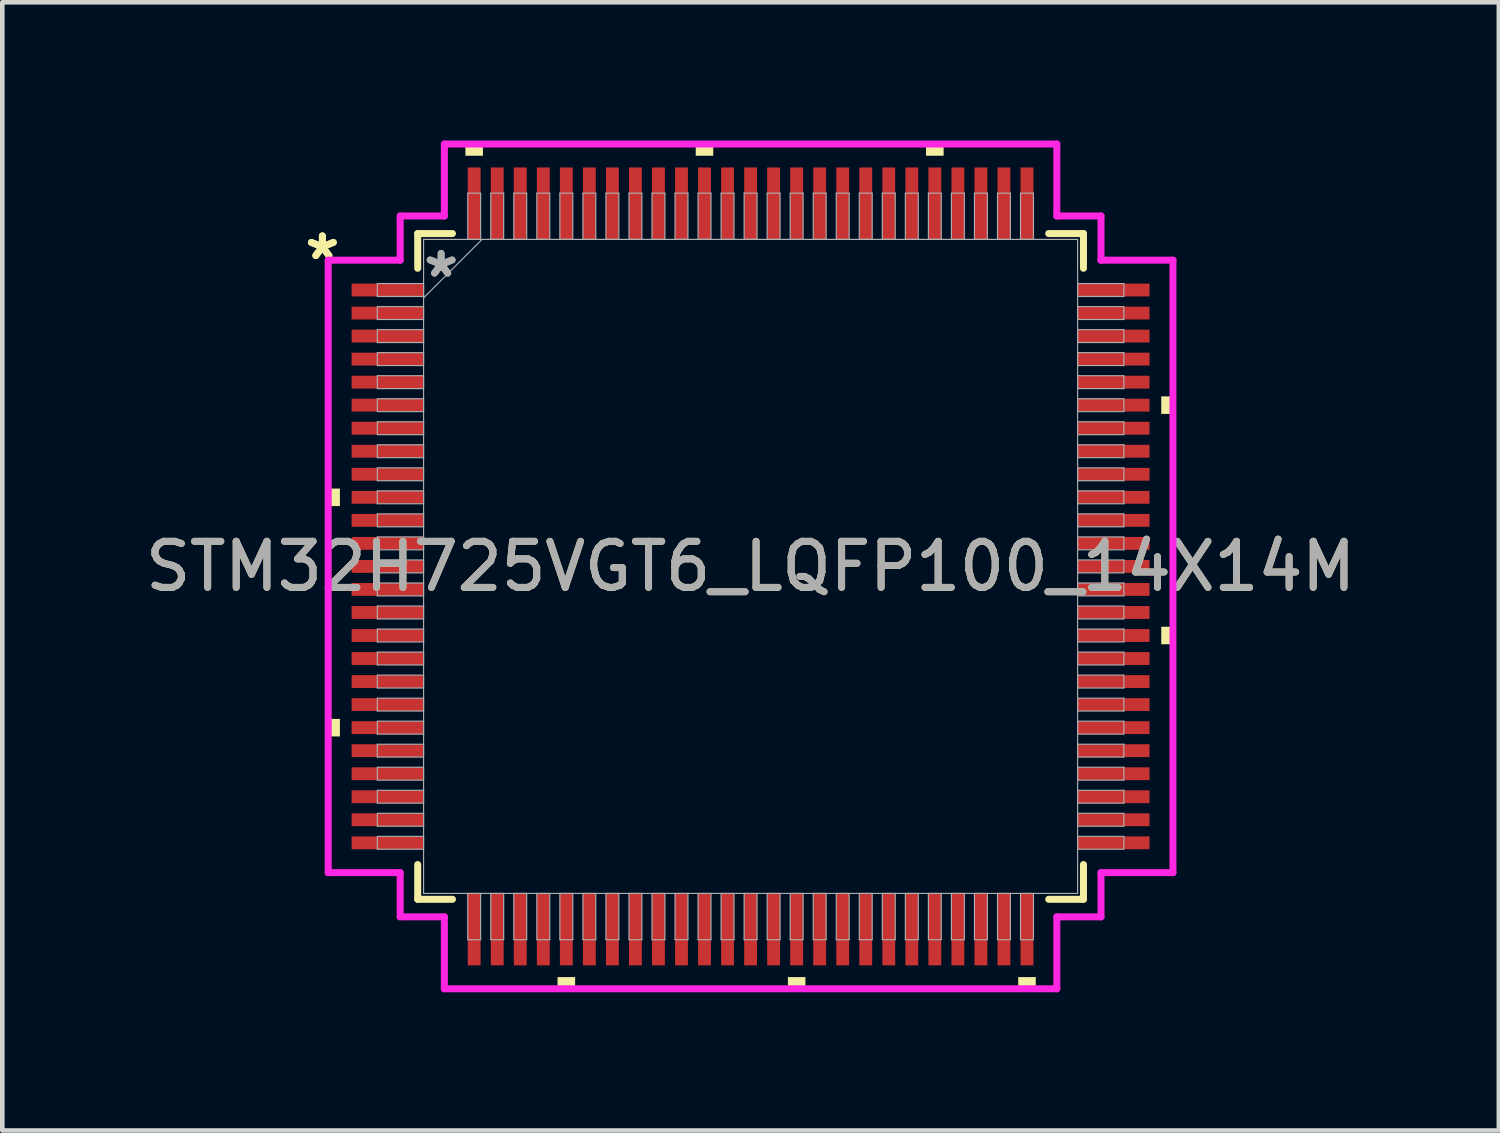
<source format=kicad_pcb>
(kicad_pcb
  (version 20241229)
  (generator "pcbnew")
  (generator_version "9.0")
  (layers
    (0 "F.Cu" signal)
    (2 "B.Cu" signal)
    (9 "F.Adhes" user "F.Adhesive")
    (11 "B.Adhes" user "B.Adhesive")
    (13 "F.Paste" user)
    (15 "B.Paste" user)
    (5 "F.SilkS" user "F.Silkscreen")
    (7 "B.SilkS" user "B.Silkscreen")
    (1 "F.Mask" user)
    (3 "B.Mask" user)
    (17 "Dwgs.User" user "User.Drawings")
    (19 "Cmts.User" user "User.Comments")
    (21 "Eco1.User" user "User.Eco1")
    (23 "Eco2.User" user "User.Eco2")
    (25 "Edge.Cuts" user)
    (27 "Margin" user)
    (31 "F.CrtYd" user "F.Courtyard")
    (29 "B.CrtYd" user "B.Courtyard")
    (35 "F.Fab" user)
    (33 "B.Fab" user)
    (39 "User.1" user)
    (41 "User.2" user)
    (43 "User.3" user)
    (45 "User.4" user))
  (footprint "STM32H725VGT6_LQFP100_14X14M"
    (layer "F.Cu")
    (at 13.244 9.246)
    (property "Reference" "STM32H725VGT6_LQFP100_14X14M" (at 0 0 0) (unlocked yes) (layer "F.SilkS") (effects (font (size 1 1) (thickness 0.15))))
    (attr smd)
    (fp_line (start -7.226 -7.226) (end -7.226 -6.472) (stroke (width 0.152) (type solid)) (layer "F.SilkS"))
    (fp_line (start -7.226 6.472) (end -7.226 7.226) (stroke (width 0.152) (type solid)) (layer "F.SilkS"))
    (fp_line (start -7.226 7.226) (end -6.472 7.226) (stroke (width 0.152) (type solid)) (layer "F.SilkS"))
    (fp_line (start -6.472 -7.226) (end -7.226 -7.226) (stroke (width 0.152) (type solid)) (layer "F.SilkS"))
    (fp_line (start 6.472 7.226) (end 7.226 7.226) (stroke (width 0.152) (type solid)) (layer "F.SilkS"))
    (fp_line (start 7.226 -7.226) (end 6.472 -7.226) (stroke (width 0.152) (type solid)) (layer "F.SilkS"))
    (fp_line (start 7.226 -6.472) (end 7.226 -7.226) (stroke (width 0.152) (type solid)) (layer "F.SilkS"))
    (fp_line (start 7.226 7.226) (end 7.226 6.472) (stroke (width 0.152) (type solid)) (layer "F.SilkS"))
    (fp_poly (pts (xy -9.169 -1.69) (xy -9.169 -1.31) (xy -8.915 -1.31) (xy -8.915 -1.69)) (stroke (width 0) (type solid)) (fill yes) (layer "F.SilkS"))
    (fp_poly (pts (xy -9.169 3.31) (xy -9.169 3.691) (xy -8.915 3.691) (xy -8.915 3.31)) (stroke (width 0) (type solid)) (fill yes) (layer "F.SilkS"))
    (fp_poly (pts (xy -6.191 -8.915) (xy -6.191 -9.169) (xy -5.81 -9.169) (xy -5.81 -8.915)) (stroke (width 0) (type solid)) (fill yes) (layer "F.SilkS"))
    (fp_poly (pts (xy -4.191 8.915) (xy -4.191 9.169) (xy -3.809 9.169) (xy -3.809 8.915)) (stroke (width 0) (type solid)) (fill yes) (layer "F.SilkS"))
    (fp_poly (pts (xy -1.191 -8.915) (xy -1.191 -9.169) (xy -0.81 -9.169) (xy -0.81 -8.915)) (stroke (width 0) (type solid)) (fill yes) (layer "F.SilkS"))
    (fp_poly (pts (xy 0.81 8.915) (xy 0.81 9.169) (xy 1.191 9.169) (xy 1.191 8.915)) (stroke (width 0) (type solid)) (fill yes) (layer "F.SilkS"))
    (fp_poly (pts (xy 3.809 -8.915) (xy 3.809 -9.169) (xy 4.191 -9.169) (xy 4.191 -8.915)) (stroke (width 0) (type solid)) (fill yes) (layer "F.SilkS"))
    (fp_poly (pts (xy 5.81 8.915) (xy 5.81 9.169) (xy 6.191 9.169) (xy 6.191 8.915)) (stroke (width 0) (type solid)) (fill yes) (layer "F.SilkS"))
    (fp_poly (pts (xy 9.169 -3.691) (xy 9.169 -3.31) (xy 8.915 -3.31) (xy 8.915 -3.691)) (stroke (width 0) (type solid)) (fill yes) (layer "F.SilkS"))
    (fp_poly (pts (xy 9.169 1.31) (xy 9.169 1.69) (xy 8.915 1.69) (xy 8.915 1.31)) (stroke (width 0) (type solid)) (fill yes) (layer "F.SilkS"))
    (fp_line (start -9.169 -6.648) (end -7.607 -6.648) (stroke (width 0.152) (type solid)) (layer "F.CrtYd"))
    (fp_line (start -9.169 6.648) (end -9.169 -6.648) (stroke (width 0.152) (type solid)) (layer "F.CrtYd"))
    (fp_line (start -7.607 -7.607) (end -6.648 -7.607) (stroke (width 0.152) (type solid)) (layer "F.CrtYd"))
    (fp_line (start -7.607 -6.648) (end -7.607 -7.607) (stroke (width 0.152) (type solid)) (layer "F.CrtYd"))
    (fp_line (start -7.607 6.648) (end -9.169 6.648) (stroke (width 0.152) (type solid)) (layer "F.CrtYd"))
    (fp_line (start -7.607 7.607) (end -7.607 6.648) (stroke (width 0.152) (type solid)) (layer "F.CrtYd"))
    (fp_line (start -7.607 7.607) (end -6.648 7.607) (stroke (width 0.152) (type solid)) (layer "F.CrtYd"))
    (fp_line (start -6.648 -9.169) (end 6.648 -9.169) (stroke (width 0.152) (type solid)) (layer "F.CrtYd"))
    (fp_line (start -6.648 -7.607) (end -6.648 -9.169) (stroke (width 0.152) (type solid)) (layer "F.CrtYd"))
    (fp_line (start -6.648 7.607) (end -6.648 9.169) (stroke (width 0.152) (type solid)) (layer "F.CrtYd"))
    (fp_line (start -6.648 9.169) (end 6.648 9.169) (stroke (width 0.152) (type solid)) (layer "F.CrtYd"))
    (fp_line (start 6.648 -9.169) (end 6.648 -7.607) (stroke (width 0.152) (type solid)) (layer "F.CrtYd"))
    (fp_line (start 6.648 -7.607) (end 7.607 -7.607) (stroke (width 0.152) (type solid)) (layer "F.CrtYd"))
    (fp_line (start 6.648 7.607) (end 7.607 7.607) (stroke (width 0.152) (type solid)) (layer "F.CrtYd"))
    (fp_line (start 6.648 9.169) (end 6.648 7.607) (stroke (width 0.152) (type solid)) (layer "F.CrtYd"))
    (fp_line (start 7.607 -6.648) (end 7.607 -7.607) (stroke (width 0.152) (type solid)) (layer "F.CrtYd"))
    (fp_line (start 7.607 6.648) (end 9.169 6.648) (stroke (width 0.152) (type solid)) (layer "F.CrtYd"))
    (fp_line (start 7.607 7.607) (end 7.607 6.648) (stroke (width 0.152) (type solid)) (layer "F.CrtYd"))
    (fp_line (start 9.169 -6.648) (end 7.607 -6.648) (stroke (width 0.152) (type solid)) (layer "F.CrtYd"))
    (fp_line (start 9.169 6.648) (end 9.169 -6.648) (stroke (width 0.152) (type solid)) (layer "F.CrtYd"))
    (fp_line (start -8.103 -6.14) (end -8.103 -5.86) (stroke (width 0.025) (type solid)) (layer "F.Fab"))
    (fp_line (start -8.103 -5.86) (end -7.099 -5.86) (stroke (width 0.025) (type solid)) (layer "F.Fab"))
    (fp_line (start -8.103 -5.64) (end -8.103 -5.36) (stroke (width 0.025) (type solid)) (layer "F.Fab"))
    (fp_line (start -8.103 -5.36) (end -7.099 -5.36) (stroke (width 0.025) (type solid)) (layer "F.Fab"))
    (fp_line (start -8.103 -5.14) (end -8.103 -4.86) (stroke (width 0.025) (type solid)) (layer "F.Fab"))
    (fp_line (start -8.103 -4.86) (end -7.099 -4.86) (stroke (width 0.025) (type solid)) (layer "F.Fab"))
    (fp_line (start -8.103 -4.64) (end -8.103 -4.36) (stroke (width 0.025) (type solid)) (layer "F.Fab"))
    (fp_line (start -8.103 -4.36) (end -7.099 -4.36) (stroke (width 0.025) (type solid)) (layer "F.Fab"))
    (fp_line (start -8.103 -4.14) (end -8.103 -3.86) (stroke (width 0.025) (type solid)) (layer "F.Fab"))
    (fp_line (start -8.103 -3.86) (end -7.099 -3.86) (stroke (width 0.025) (type solid)) (layer "F.Fab"))
    (fp_line (start -8.103 -3.64) (end -8.103 -3.36) (stroke (width 0.025) (type solid)) (layer "F.Fab"))
    (fp_line (start -8.103 -3.36) (end -7.099 -3.36) (stroke (width 0.025) (type solid)) (layer "F.Fab"))
    (fp_line (start -8.103 -3.14) (end -8.103 -2.86) (stroke (width 0.025) (type solid)) (layer "F.Fab"))
    (fp_line (start -8.103 -2.86) (end -7.099 -2.86) (stroke (width 0.025) (type solid)) (layer "F.Fab"))
    (fp_line (start -8.103 -2.64) (end -8.103 -2.36) (stroke (width 0.025) (type solid)) (layer "F.Fab"))
    (fp_line (start -8.103 -2.36) (end -7.099 -2.36) (stroke (width 0.025) (type solid)) (layer "F.Fab"))
    (fp_line (start -8.103 -2.14) (end -8.103 -1.86) (stroke (width 0.025) (type solid)) (layer "F.Fab"))
    (fp_line (start -8.103 -1.86) (end -7.099 -1.86) (stroke (width 0.025) (type solid)) (layer "F.Fab"))
    (fp_line (start -8.103 -1.64) (end -8.103 -1.36) (stroke (width 0.025) (type solid)) (layer "F.Fab"))
    (fp_line (start -8.103 -1.36) (end -7.099 -1.36) (stroke (width 0.025) (type solid)) (layer "F.Fab"))
    (fp_line (start -8.103 -1.14) (end -8.103 -0.86) (stroke (width 0.025) (type solid)) (layer "F.Fab"))
    (fp_line (start -8.103 -0.86) (end -7.099 -0.86) (stroke (width 0.025) (type solid)) (layer "F.Fab"))
    (fp_line (start -8.103 -0.64) (end -8.103 -0.36) (stroke (width 0.025) (type solid)) (layer "F.Fab"))
    (fp_line (start -8.103 -0.36) (end -7.099 -0.36) (stroke (width 0.025) (type solid)) (layer "F.Fab"))
    (fp_line (start -8.103 -0.14) (end -8.103 0.14) (stroke (width 0.025) (type solid)) (layer "F.Fab"))
    (fp_line (start -8.103 0.14) (end -7.099 0.14) (stroke (width 0.025) (type solid)) (layer "F.Fab"))
    (fp_line (start -8.103 0.36) (end -8.103 0.64) (stroke (width 0.025) (type solid)) (layer "F.Fab"))
    (fp_line (start -8.103 0.64) (end -7.099 0.64) (stroke (width 0.025) (type solid)) (layer "F.Fab"))
    (fp_line (start -8.103 0.86) (end -8.103 1.14) (stroke (width 0.025) (type solid)) (layer "F.Fab"))
    (fp_line (start -8.103 1.14) (end -7.099 1.14) (stroke (width 0.025) (type solid)) (layer "F.Fab"))
    (fp_line (start -8.103 1.36) (end -8.103 1.64) (stroke (width 0.025) (type solid)) (layer "F.Fab"))
    (fp_line (start -8.103 1.64) (end -7.099 1.64) (stroke (width 0.025) (type solid)) (layer "F.Fab"))
    (fp_line (start -8.103 1.86) (end -8.103 2.14) (stroke (width 0.025) (type solid)) (layer "F.Fab"))
    (fp_line (start -8.103 2.14) (end -7.099 2.14) (stroke (width 0.025) (type solid)) (layer "F.Fab"))
    (fp_line (start -8.103 2.36) (end -8.103 2.64) (stroke (width 0.025) (type solid)) (layer "F.Fab"))
    (fp_line (start -8.103 2.64) (end -7.099 2.64) (stroke (width 0.025) (type solid)) (layer "F.Fab"))
    (fp_line (start -8.103 2.86) (end -8.103 3.14) (stroke (width 0.025) (type solid)) (layer "F.Fab"))
    (fp_line (start -8.103 3.14) (end -7.099 3.14) (stroke (width 0.025) (type solid)) (layer "F.Fab"))
    (fp_line (start -8.103 3.36) (end -8.103 3.64) (stroke (width 0.025) (type solid)) (layer "F.Fab"))
    (fp_line (start -8.103 3.64) (end -7.099 3.64) (stroke (width 0.025) (type solid)) (layer "F.Fab"))
    (fp_line (start -8.103 3.86) (end -8.103 4.14) (stroke (width 0.025) (type solid)) (layer "F.Fab"))
    (fp_line (start -8.103 4.14) (end -7.099 4.14) (stroke (width 0.025) (type solid)) (layer "F.Fab"))
    (fp_line (start -8.103 4.36) (end -8.103 4.64) (stroke (width 0.025) (type solid)) (layer "F.Fab"))
    (fp_line (start -8.103 4.64) (end -7.099 4.64) (stroke (width 0.025) (type solid)) (layer "F.Fab"))
    (fp_line (start -8.103 4.86) (end -8.103 5.14) (stroke (width 0.025) (type solid)) (layer "F.Fab"))
    (fp_line (start -8.103 5.14) (end -7.099 5.14) (stroke (width 0.025) (type solid)) (layer "F.Fab"))
    (fp_line (start -8.103 5.36) (end -8.103 5.64) (stroke (width 0.025) (type solid)) (layer "F.Fab"))
    (fp_line (start -8.103 5.64) (end -7.099 5.64) (stroke (width 0.025) (type solid)) (layer "F.Fab"))
    (fp_line (start -8.103 5.86) (end -8.103 6.14) (stroke (width 0.025) (type solid)) (layer "F.Fab"))
    (fp_line (start -8.103 6.14) (end -7.099 6.14) (stroke (width 0.025) (type solid)) (layer "F.Fab"))
    (fp_line (start -7.099 -7.099) (end -7.099 7.099) (stroke (width 0.025) (type solid)) (layer "F.Fab"))
    (fp_line (start -7.099 -6.14) (end -8.103 -6.14) (stroke (width 0.025) (type solid)) (layer "F.Fab"))
    (fp_line (start -7.099 -5.86) (end -7.099 -6.14) (stroke (width 0.025) (type solid)) (layer "F.Fab"))
    (fp_line (start -7.099 -5.829) (end -5.829 -7.099) (stroke (width 0.025) (type solid)) (layer "F.Fab"))
    (fp_line (start -7.099 -5.64) (end -8.103 -5.64) (stroke (width 0.025) (type solid)) (layer "F.Fab"))
    (fp_line (start -7.099 -5.36) (end -7.099 -5.64) (stroke (width 0.025) (type solid)) (layer "F.Fab"))
    (fp_line (start -7.099 -5.14) (end -8.103 -5.14) (stroke (width 0.025) (type solid)) (layer "F.Fab"))
    (fp_line (start -7.099 -4.86) (end -7.099 -5.14) (stroke (width 0.025) (type solid)) (layer "F.Fab"))
    (fp_line (start -7.099 -4.64) (end -8.103 -4.64) (stroke (width 0.025) (type solid)) (layer "F.Fab"))
    (fp_line (start -7.099 -4.36) (end -7.099 -4.64) (stroke (width 0.025) (type solid)) (layer "F.Fab"))
    (fp_line (start -7.099 -4.14) (end -8.103 -4.14) (stroke (width 0.025) (type solid)) (layer "F.Fab"))
    (fp_line (start -7.099 -3.86) (end -7.099 -4.14) (stroke (width 0.025) (type solid)) (layer "F.Fab"))
    (fp_line (start -7.099 -3.64) (end -8.103 -3.64) (stroke (width 0.025) (type solid)) (layer "F.Fab"))
    (fp_line (start -7.099 -3.36) (end -7.099 -3.64) (stroke (width 0.025) (type solid)) (layer "F.Fab"))
    (fp_line (start -7.099 -3.14) (end -8.103 -3.14) (stroke (width 0.025) (type solid)) (layer "F.Fab"))
    (fp_line (start -7.099 -2.86) (end -7.099 -3.14) (stroke (width 0.025) (type solid)) (layer "F.Fab"))
    (fp_line (start -7.099 -2.64) (end -8.103 -2.64) (stroke (width 0.025) (type solid)) (layer "F.Fab"))
    (fp_line (start -7.099 -2.36) (end -7.099 -2.64) (stroke (width 0.025) (type solid)) (layer "F.Fab"))
    (fp_line (start -7.099 -2.14) (end -8.103 -2.14) (stroke (width 0.025) (type solid)) (layer "F.Fab"))
    (fp_line (start -7.099 -1.86) (end -7.099 -2.14) (stroke (width 0.025) (type solid)) (layer "F.Fab"))
    (fp_line (start -7.099 -1.64) (end -8.103 -1.64) (stroke (width 0.025) (type solid)) (layer "F.Fab"))
    (fp_line (start -7.099 -1.36) (end -7.099 -1.64) (stroke (width 0.025) (type solid)) (layer "F.Fab"))
    (fp_line (start -7.099 -1.14) (end -8.103 -1.14) (stroke (width 0.025) (type solid)) (layer "F.Fab"))
    (fp_line (start -7.099 -0.86) (end -7.099 -1.14) (stroke (width 0.025) (type solid)) (layer "F.Fab"))
    (fp_line (start -7.099 -0.64) (end -8.103 -0.64) (stroke (width 0.025) (type solid)) (layer "F.Fab"))
    (fp_line (start -7.099 -0.36) (end -7.099 -0.64) (stroke (width 0.025) (type solid)) (layer "F.Fab"))
    (fp_line (start -7.099 -0.14) (end -8.103 -0.14) (stroke (width 0.025) (type solid)) (layer "F.Fab"))
    (fp_line (start -7.099 0.14) (end -7.099 -0.14) (stroke (width 0.025) (type solid)) (layer "F.Fab"))
    (fp_line (start -7.099 0.36) (end -8.103 0.36) (stroke (width 0.025) (type solid)) (layer "F.Fab"))
    (fp_line (start -7.099 0.64) (end -7.099 0.36) (stroke (width 0.025) (type solid)) (layer "F.Fab"))
    (fp_line (start -7.099 0.86) (end -8.103 0.86) (stroke (width 0.025) (type solid)) (layer "F.Fab"))
    (fp_line (start -7.099 1.14) (end -7.099 0.86) (stroke (width 0.025) (type solid)) (layer "F.Fab"))
    (fp_line (start -7.099 1.36) (end -8.103 1.36) (stroke (width 0.025) (type solid)) (layer "F.Fab"))
    (fp_line (start -7.099 1.64) (end -7.099 1.36) (stroke (width 0.025) (type solid)) (layer "F.Fab"))
    (fp_line (start -7.099 1.86) (end -8.103 1.86) (stroke (width 0.025) (type solid)) (layer "F.Fab"))
    (fp_line (start -7.099 2.14) (end -7.099 1.86) (stroke (width 0.025) (type solid)) (layer "F.Fab"))
    (fp_line (start -7.099 2.36) (end -8.103 2.36) (stroke (width 0.025) (type solid)) (layer "F.Fab"))
    (fp_line (start -7.099 2.64) (end -7.099 2.36) (stroke (width 0.025) (type solid)) (layer "F.Fab"))
    (fp_line (start -7.099 2.86) (end -8.103 2.86) (stroke (width 0.025) (type solid)) (layer "F.Fab"))
    (fp_line (start -7.099 3.14) (end -7.099 2.86) (stroke (width 0.025) (type solid)) (layer "F.Fab"))
    (fp_line (start -7.099 3.36) (end -8.103 3.36) (stroke (width 0.025) (type solid)) (layer "F.Fab"))
    (fp_line (start -7.099 3.64) (end -7.099 3.36) (stroke (width 0.025) (type solid)) (layer "F.Fab"))
    (fp_line (start -7.099 3.86) (end -8.103 3.86) (stroke (width 0.025) (type solid)) (layer "F.Fab"))
    (fp_line (start -7.099 4.14) (end -7.099 3.86) (stroke (width 0.025) (type solid)) (layer "F.Fab"))
    (fp_line (start -7.099 4.36) (end -8.103 4.36) (stroke (width 0.025) (type solid)) (layer "F.Fab"))
    (fp_line (start -7.099 4.64) (end -7.099 4.36) (stroke (width 0.025) (type solid)) (layer "F.Fab"))
    (fp_line (start -7.099 4.86) (end -8.103 4.86) (stroke (width 0.025) (type solid)) (layer "F.Fab"))
    (fp_line (start -7.099 5.14) (end -7.099 4.86) (stroke (width 0.025) (type solid)) (layer "F.Fab"))
    (fp_line (start -7.099 5.36) (end -8.103 5.36) (stroke (width 0.025) (type solid)) (layer "F.Fab"))
    (fp_line (start -7.099 5.64) (end -7.099 5.36) (stroke (width 0.025) (type solid)) (layer "F.Fab"))
    (fp_line (start -7.099 5.86) (end -8.103 5.86) (stroke (width 0.025) (type solid)) (layer "F.Fab"))
    (fp_line (start -7.099 6.14) (end -7.099 5.86) (stroke (width 0.025) (type solid)) (layer "F.Fab"))
    (fp_line (start -7.099 7.099) (end 7.099 7.099) (stroke (width 0.025) (type solid)) (layer "F.Fab"))
    (fp_line (start -6.14 -8.103) (end -6.14 -7.099) (stroke (width 0.025) (type solid)) (layer "F.Fab"))
    (fp_line (start -6.14 -7.099) (end -5.86 -7.099) (stroke (width 0.025) (type solid)) (layer "F.Fab"))
    (fp_line (start -6.14 7.099) (end -6.14 8.103) (stroke (width 0.025) (type solid)) (layer "F.Fab"))
    (fp_line (start -6.14 8.103) (end -5.86 8.103) (stroke (width 0.025) (type solid)) (layer "F.Fab"))
    (fp_line (start -5.86 -8.103) (end -6.14 -8.103) (stroke (width 0.025) (type solid)) (layer "F.Fab"))
    (fp_line (start -5.86 -7.099) (end -5.86 -8.103) (stroke (width 0.025) (type solid)) (layer "F.Fab"))
    (fp_line (start -5.86 7.099) (end -6.14 7.099) (stroke (width 0.025) (type solid)) (layer "F.Fab"))
    (fp_line (start -5.86 8.103) (end -5.86 7.099) (stroke (width 0.025) (type solid)) (layer "F.Fab"))
    (fp_line (start -5.64 -8.103) (end -5.64 -7.099) (stroke (width 0.025) (type solid)) (layer "F.Fab"))
    (fp_line (start -5.64 -7.099) (end -5.36 -7.099) (stroke (width 0.025) (type solid)) (layer "F.Fab"))
    (fp_line (start -5.64 7.099) (end -5.64 8.103) (stroke (width 0.025) (type solid)) (layer "F.Fab"))
    (fp_line (start -5.64 8.103) (end -5.36 8.103) (stroke (width 0.025) (type solid)) (layer "F.Fab"))
    (fp_line (start -5.36 -8.103) (end -5.64 -8.103) (stroke (width 0.025) (type solid)) (layer "F.Fab"))
    (fp_line (start -5.36 -7.099) (end -5.36 -8.103) (stroke (width 0.025) (type solid)) (layer "F.Fab"))
    (fp_line (start -5.36 7.099) (end -5.64 7.099) (stroke (width 0.025) (type solid)) (layer "F.Fab"))
    (fp_line (start -5.36 8.103) (end -5.36 7.099) (stroke (width 0.025) (type solid)) (layer "F.Fab"))
    (fp_line (start -5.14 -8.103) (end -5.14 -7.099) (stroke (width 0.025) (type solid)) (layer "F.Fab"))
    (fp_line (start -5.14 -7.099) (end -4.86 -7.099) (stroke (width 0.025) (type solid)) (layer "F.Fab"))
    (fp_line (start -5.14 7.099) (end -5.14 8.103) (stroke (width 0.025) (type solid)) (layer "F.Fab"))
    (fp_line (start -5.14 8.103) (end -4.86 8.103) (stroke (width 0.025) (type solid)) (layer "F.Fab"))
    (fp_line (start -4.86 -8.103) (end -5.14 -8.103) (stroke (width 0.025) (type solid)) (layer "F.Fab"))
    (fp_line (start -4.86 -7.099) (end -4.86 -8.103) (stroke (width 0.025) (type solid)) (layer "F.Fab"))
    (fp_line (start -4.86 7.099) (end -5.14 7.099) (stroke (width 0.025) (type solid)) (layer "F.Fab"))
    (fp_line (start -4.86 8.103) (end -4.86 7.099) (stroke (width 0.025) (type solid)) (layer "F.Fab"))
    (fp_line (start -4.64 -8.103) (end -4.64 -7.099) (stroke (width 0.025) (type solid)) (layer "F.Fab"))
    (fp_line (start -4.64 -7.099) (end -4.36 -7.099) (stroke (width 0.025) (type solid)) (layer "F.Fab"))
    (fp_line (start -4.64 7.099) (end -4.64 8.103) (stroke (width 0.025) (type solid)) (layer "F.Fab"))
    (fp_line (start -4.64 8.103) (end -4.36 8.103) (stroke (width 0.025) (type solid)) (layer "F.Fab"))
    (fp_line (start -4.36 -8.103) (end -4.64 -8.103) (stroke (width 0.025) (type solid)) (layer "F.Fab"))
    (fp_line (start -4.36 -7.099) (end -4.36 -8.103) (stroke (width 0.025) (type solid)) (layer "F.Fab"))
    (fp_line (start -4.36 7.099) (end -4.64 7.099) (stroke (width 0.025) (type solid)) (layer "F.Fab"))
    (fp_line (start -4.36 8.103) (end -4.36 7.099) (stroke (width 0.025) (type solid)) (layer "F.Fab"))
    (fp_line (start -4.14 -8.103) (end -4.14 -7.099) (stroke (width 0.025) (type solid)) (layer "F.Fab"))
    (fp_line (start -4.14 -7.099) (end -3.86 -7.099) (stroke (width 0.025) (type solid)) (layer "F.Fab"))
    (fp_line (start -4.14 7.099) (end -4.14 8.103) (stroke (width 0.025) (type solid)) (layer "F.Fab"))
    (fp_line (start -4.14 8.103) (end -3.86 8.103) (stroke (width 0.025) (type solid)) (layer "F.Fab"))
    (fp_line (start -3.86 -8.103) (end -4.14 -8.103) (stroke (width 0.025) (type solid)) (layer "F.Fab"))
    (fp_line (start -3.86 -7.099) (end -3.86 -8.103) (stroke (width 0.025) (type solid)) (layer "F.Fab"))
    (fp_line (start -3.86 7.099) (end -4.14 7.099) (stroke (width 0.025) (type solid)) (layer "F.Fab"))
    (fp_line (start -3.86 8.103) (end -3.86 7.099) (stroke (width 0.025) (type solid)) (layer "F.Fab"))
    (fp_line (start -3.64 -8.103) (end -3.64 -7.099) (stroke (width 0.025) (type solid)) (layer "F.Fab"))
    (fp_line (start -3.64 -7.099) (end -3.36 -7.099) (stroke (width 0.025) (type solid)) (layer "F.Fab"))
    (fp_line (start -3.64 7.099) (end -3.64 8.103) (stroke (width 0.025) (type solid)) (layer "F.Fab"))
    (fp_line (start -3.64 8.103) (end -3.36 8.103) (stroke (width 0.025) (type solid)) (layer "F.Fab"))
    (fp_line (start -3.36 -8.103) (end -3.64 -8.103) (stroke (width 0.025) (type solid)) (layer "F.Fab"))
    (fp_line (start -3.36 -7.099) (end -3.36 -8.103) (stroke (width 0.025) (type solid)) (layer "F.Fab"))
    (fp_line (start -3.36 7.099) (end -3.64 7.099) (stroke (width 0.025) (type solid)) (layer "F.Fab"))
    (fp_line (start -3.36 8.103) (end -3.36 7.099) (stroke (width 0.025) (type solid)) (layer "F.Fab"))
    (fp_line (start -3.14 -8.103) (end -3.14 -7.099) (stroke (width 0.025) (type solid)) (layer "F.Fab"))
    (fp_line (start -3.14 -7.099) (end -2.86 -7.099) (stroke (width 0.025) (type solid)) (layer "F.Fab"))
    (fp_line (start -3.14 7.099) (end -3.14 8.103) (stroke (width 0.025) (type solid)) (layer "F.Fab"))
    (fp_line (start -3.14 8.103) (end -2.86 8.103) (stroke (width 0.025) (type solid)) (layer "F.Fab"))
    (fp_line (start -2.86 -8.103) (end -3.14 -8.103) (stroke (width 0.025) (type solid)) (layer "F.Fab"))
    (fp_line (start -2.86 -7.099) (end -2.86 -8.103) (stroke (width 0.025) (type solid)) (layer "F.Fab"))
    (fp_line (start -2.86 7.099) (end -3.14 7.099) (stroke (width 0.025) (type solid)) (layer "F.Fab"))
    (fp_line (start -2.86 8.103) (end -2.86 7.099) (stroke (width 0.025) (type solid)) (layer "F.Fab"))
    (fp_line (start -2.64 -8.103) (end -2.64 -7.099) (stroke (width 0.025) (type solid)) (layer "F.Fab"))
    (fp_line (start -2.64 -7.099) (end -2.36 -7.099) (stroke (width 0.025) (type solid)) (layer "F.Fab"))
    (fp_line (start -2.64 7.099) (end -2.64 8.103) (stroke (width 0.025) (type solid)) (layer "F.Fab"))
    (fp_line (start -2.64 8.103) (end -2.36 8.103) (stroke (width 0.025) (type solid)) (layer "F.Fab"))
    (fp_line (start -2.36 -8.103) (end -2.64 -8.103) (stroke (width 0.025) (type solid)) (layer "F.Fab"))
    (fp_line (start -2.36 -7.099) (end -2.36 -8.103) (stroke (width 0.025) (type solid)) (layer "F.Fab"))
    (fp_line (start -2.36 7.099) (end -2.64 7.099) (stroke (width 0.025) (type solid)) (layer "F.Fab"))
    (fp_line (start -2.36 8.103) (end -2.36 7.099) (stroke (width 0.025) (type solid)) (layer "F.Fab"))
    (fp_line (start -2.14 -8.103) (end -2.14 -7.099) (stroke (width 0.025) (type solid)) (layer "F.Fab"))
    (fp_line (start -2.14 -7.099) (end -1.86 -7.099) (stroke (width 0.025) (type solid)) (layer "F.Fab"))
    (fp_line (start -2.14 7.099) (end -2.14 8.103) (stroke (width 0.025) (type solid)) (layer "F.Fab"))
    (fp_line (start -2.14 8.103) (end -1.86 8.103) (stroke (width 0.025) (type solid)) (layer "F.Fab"))
    (fp_line (start -1.86 -8.103) (end -2.14 -8.103) (stroke (width 0.025) (type solid)) (layer "F.Fab"))
    (fp_line (start -1.86 -7.099) (end -1.86 -8.103) (stroke (width 0.025) (type solid)) (layer "F.Fab"))
    (fp_line (start -1.86 7.099) (end -2.14 7.099) (stroke (width 0.025) (type solid)) (layer "F.Fab"))
    (fp_line (start -1.86 8.103) (end -1.86 7.099) (stroke (width 0.025) (type solid)) (layer "F.Fab"))
    (fp_line (start -1.64 -8.103) (end -1.64 -7.099) (stroke (width 0.025) (type solid)) (layer "F.Fab"))
    (fp_line (start -1.64 -7.099) (end -1.36 -7.099) (stroke (width 0.025) (type solid)) (layer "F.Fab"))
    (fp_line (start -1.64 7.099) (end -1.64 8.103) (stroke (width 0.025) (type solid)) (layer "F.Fab"))
    (fp_line (start -1.64 8.103) (end -1.36 8.103) (stroke (width 0.025) (type solid)) (layer "F.Fab"))
    (fp_line (start -1.36 -8.103) (end -1.64 -8.103) (stroke (width 0.025) (type solid)) (layer "F.Fab"))
    (fp_line (start -1.36 -7.099) (end -1.36 -8.103) (stroke (width 0.025) (type solid)) (layer "F.Fab"))
    (fp_line (start -1.36 7.099) (end -1.64 7.099) (stroke (width 0.025) (type solid)) (layer "F.Fab"))
    (fp_line (start -1.36 8.103) (end -1.36 7.099) (stroke (width 0.025) (type solid)) (layer "F.Fab"))
    (fp_line (start -1.14 -8.103) (end -1.14 -7.099) (stroke (width 0.025) (type solid)) (layer "F.Fab"))
    (fp_line (start -1.14 -7.099) (end -0.86 -7.099) (stroke (width 0.025) (type solid)) (layer "F.Fab"))
    (fp_line (start -1.14 7.099) (end -1.14 8.103) (stroke (width 0.025) (type solid)) (layer "F.Fab"))
    (fp_line (start -1.14 8.103) (end -0.86 8.103) (stroke (width 0.025) (type solid)) (layer "F.Fab"))
    (fp_line (start -0.86 -8.103) (end -1.14 -8.103) (stroke (width 0.025) (type solid)) (layer "F.Fab"))
    (fp_line (start -0.86 -7.099) (end -0.86 -8.103) (stroke (width 0.025) (type solid)) (layer "F.Fab"))
    (fp_line (start -0.86 7.099) (end -1.14 7.099) (stroke (width 0.025) (type solid)) (layer "F.Fab"))
    (fp_line (start -0.86 8.103) (end -0.86 7.099) (stroke (width 0.025) (type solid)) (layer "F.Fab"))
    (fp_line (start -0.64 -8.103) (end -0.64 -7.099) (stroke (width 0.025) (type solid)) (layer "F.Fab"))
    (fp_line (start -0.64 -7.099) (end -0.36 -7.099) (stroke (width 0.025) (type solid)) (layer "F.Fab"))
    (fp_line (start -0.64 7.099) (end -0.64 8.103) (stroke (width 0.025) (type solid)) (layer "F.Fab"))
    (fp_line (start -0.64 8.103) (end -0.36 8.103) (stroke (width 0.025) (type solid)) (layer "F.Fab"))
    (fp_line (start -0.36 -8.103) (end -0.64 -8.103) (stroke (width 0.025) (type solid)) (layer "F.Fab"))
    (fp_line (start -0.36 -7.099) (end -0.36 -8.103) (stroke (width 0.025) (type solid)) (layer "F.Fab"))
    (fp_line (start -0.36 7.099) (end -0.64 7.099) (stroke (width 0.025) (type solid)) (layer "F.Fab"))
    (fp_line (start -0.36 8.103) (end -0.36 7.099) (stroke (width 0.025) (type solid)) (layer "F.Fab"))
    (fp_line (start -0.14 -8.103) (end -0.14 -7.099) (stroke (width 0.025) (type solid)) (layer "F.Fab"))
    (fp_line (start -0.14 -7.099) (end 0.14 -7.099) (stroke (width 0.025) (type solid)) (layer "F.Fab"))
    (fp_line (start -0.14 7.099) (end -0.14 8.103) (stroke (width 0.025) (type solid)) (layer "F.Fab"))
    (fp_line (start -0.14 8.103) (end 0.14 8.103) (stroke (width 0.025) (type solid)) (layer "F.Fab"))
    (fp_line (start 0.14 -8.103) (end -0.14 -8.103) (stroke (width 0.025) (type solid)) (layer "F.Fab"))
    (fp_line (start 0.14 -7.099) (end 0.14 -8.103) (stroke (width 0.025) (type solid)) (layer "F.Fab"))
    (fp_line (start 0.14 7.099) (end -0.14 7.099) (stroke (width 0.025) (type solid)) (layer "F.Fab"))
    (fp_line (start 0.14 8.103) (end 0.14 7.099) (stroke (width 0.025) (type solid)) (layer "F.Fab"))
    (fp_line (start 0.36 -8.103) (end 0.36 -7.099) (stroke (width 0.025) (type solid)) (layer "F.Fab"))
    (fp_line (start 0.36 -7.099) (end 0.64 -7.099) (stroke (width 0.025) (type solid)) (layer "F.Fab"))
    (fp_line (start 0.36 7.099) (end 0.36 8.103) (stroke (width 0.025) (type solid)) (layer "F.Fab"))
    (fp_line (start 0.36 8.103) (end 0.64 8.103) (stroke (width 0.025) (type solid)) (layer "F.Fab"))
    (fp_line (start 0.64 -8.103) (end 0.36 -8.103) (stroke (width 0.025) (type solid)) (layer "F.Fab"))
    (fp_line (start 0.64 -7.099) (end 0.64 -8.103) (stroke (width 0.025) (type solid)) (layer "F.Fab"))
    (fp_line (start 0.64 7.099) (end 0.36 7.099) (stroke (width 0.025) (type solid)) (layer "F.Fab"))
    (fp_line (start 0.64 8.103) (end 0.64 7.099) (stroke (width 0.025) (type solid)) (layer "F.Fab"))
    (fp_line (start 0.86 -8.103) (end 0.86 -7.099) (stroke (width 0.025) (type solid)) (layer "F.Fab"))
    (fp_line (start 0.86 -7.099) (end 1.14 -7.099) (stroke (width 0.025) (type solid)) (layer "F.Fab"))
    (fp_line (start 0.86 7.099) (end 0.86 8.103) (stroke (width 0.025) (type solid)) (layer "F.Fab"))
    (fp_line (start 0.86 8.103) (end 1.14 8.103) (stroke (width 0.025) (type solid)) (layer "F.Fab"))
    (fp_line (start 1.14 -8.103) (end 0.86 -8.103) (stroke (width 0.025) (type solid)) (layer "F.Fab"))
    (fp_line (start 1.14 -7.099) (end 1.14 -8.103) (stroke (width 0.025) (type solid)) (layer "F.Fab"))
    (fp_line (start 1.14 7.099) (end 0.86 7.099) (stroke (width 0.025) (type solid)) (layer "F.Fab"))
    (fp_line (start 1.14 8.103) (end 1.14 7.099) (stroke (width 0.025) (type solid)) (layer "F.Fab"))
    (fp_line (start 1.36 -8.103) (end 1.36 -7.099) (stroke (width 0.025) (type solid)) (layer "F.Fab"))
    (fp_line (start 1.36 -7.099) (end 1.64 -7.099) (stroke (width 0.025) (type solid)) (layer "F.Fab"))
    (fp_line (start 1.36 7.099) (end 1.36 8.103) (stroke (width 0.025) (type solid)) (layer "F.Fab"))
    (fp_line (start 1.36 8.103) (end 1.64 8.103) (stroke (width 0.025) (type solid)) (layer "F.Fab"))
    (fp_line (start 1.64 -8.103) (end 1.36 -8.103) (stroke (width 0.025) (type solid)) (layer "F.Fab"))
    (fp_line (start 1.64 -7.099) (end 1.64 -8.103) (stroke (width 0.025) (type solid)) (layer "F.Fab"))
    (fp_line (start 1.64 7.099) (end 1.36 7.099) (stroke (width 0.025) (type solid)) (layer "F.Fab"))
    (fp_line (start 1.64 8.103) (end 1.64 7.099) (stroke (width 0.025) (type solid)) (layer "F.Fab"))
    (fp_line (start 1.86 -8.103) (end 1.86 -7.099) (stroke (width 0.025) (type solid)) (layer "F.Fab"))
    (fp_line (start 1.86 -7.099) (end 2.14 -7.099) (stroke (width 0.025) (type solid)) (layer "F.Fab"))
    (fp_line (start 1.86 7.099) (end 1.86 8.103) (stroke (width 0.025) (type solid)) (layer "F.Fab"))
    (fp_line (start 1.86 8.103) (end 2.14 8.103) (stroke (width 0.025) (type solid)) (layer "F.Fab"))
    (fp_line (start 2.14 -8.103) (end 1.86 -8.103) (stroke (width 0.025) (type solid)) (layer "F.Fab"))
    (fp_line (start 2.14 -7.099) (end 2.14 -8.103) (stroke (width 0.025) (type solid)) (layer "F.Fab"))
    (fp_line (start 2.14 7.099) (end 1.86 7.099) (stroke (width 0.025) (type solid)) (layer "F.Fab"))
    (fp_line (start 2.14 8.103) (end 2.14 7.099) (stroke (width 0.025) (type solid)) (layer "F.Fab"))
    (fp_line (start 2.36 -8.103) (end 2.36 -7.099) (stroke (width 0.025) (type solid)) (layer "F.Fab"))
    (fp_line (start 2.36 -7.099) (end 2.64 -7.099) (stroke (width 0.025) (type solid)) (layer "F.Fab"))
    (fp_line (start 2.36 7.099) (end 2.36 8.103) (stroke (width 0.025) (type solid)) (layer "F.Fab"))
    (fp_line (start 2.36 8.103) (end 2.64 8.103) (stroke (width 0.025) (type solid)) (layer "F.Fab"))
    (fp_line (start 2.64 -8.103) (end 2.36 -8.103) (stroke (width 0.025) (type solid)) (layer "F.Fab"))
    (fp_line (start 2.64 -7.099) (end 2.64 -8.103) (stroke (width 0.025) (type solid)) (layer "F.Fab"))
    (fp_line (start 2.64 7.099) (end 2.36 7.099) (stroke (width 0.025) (type solid)) (layer "F.Fab"))
    (fp_line (start 2.64 8.103) (end 2.64 7.099) (stroke (width 0.025) (type solid)) (layer "F.Fab"))
    (fp_line (start 2.86 -8.103) (end 2.86 -7.099) (stroke (width 0.025) (type solid)) (layer "F.Fab"))
    (fp_line (start 2.86 -7.099) (end 3.14 -7.099) (stroke (width 0.025) (type solid)) (layer "F.Fab"))
    (fp_line (start 2.86 7.099) (end 2.86 8.103) (stroke (width 0.025) (type solid)) (layer "F.Fab"))
    (fp_line (start 2.86 8.103) (end 3.14 8.103) (stroke (width 0.025) (type solid)) (layer "F.Fab"))
    (fp_line (start 3.14 -8.103) (end 2.86 -8.103) (stroke (width 0.025) (type solid)) (layer "F.Fab"))
    (fp_line (start 3.14 -7.099) (end 3.14 -8.103) (stroke (width 0.025) (type solid)) (layer "F.Fab"))
    (fp_line (start 3.14 7.099) (end 2.86 7.099) (stroke (width 0.025) (type solid)) (layer "F.Fab"))
    (fp_line (start 3.14 8.103) (end 3.14 7.099) (stroke (width 0.025) (type solid)) (layer "F.Fab"))
    (fp_line (start 3.36 -8.103) (end 3.36 -7.099) (stroke (width 0.025) (type solid)) (layer "F.Fab"))
    (fp_line (start 3.36 -7.099) (end 3.64 -7.099) (stroke (width 0.025) (type solid)) (layer "F.Fab"))
    (fp_line (start 3.36 7.099) (end 3.36 8.103) (stroke (width 0.025) (type solid)) (layer "F.Fab"))
    (fp_line (start 3.36 8.103) (end 3.64 8.103) (stroke (width 0.025) (type solid)) (layer "F.Fab"))
    (fp_line (start 3.64 -8.103) (end 3.36 -8.103) (stroke (width 0.025) (type solid)) (layer "F.Fab"))
    (fp_line (start 3.64 -7.099) (end 3.64 -8.103) (stroke (width 0.025) (type solid)) (layer "F.Fab"))
    (fp_line (start 3.64 7.099) (end 3.36 7.099) (stroke (width 0.025) (type solid)) (layer "F.Fab"))
    (fp_line (start 3.64 8.103) (end 3.64 7.099) (stroke (width 0.025) (type solid)) (layer "F.Fab"))
    (fp_line (start 3.86 -8.103) (end 3.86 -7.099) (stroke (width 0.025) (type solid)) (layer "F.Fab"))
    (fp_line (start 3.86 -7.099) (end 4.14 -7.099) (stroke (width 0.025) (type solid)) (layer "F.Fab"))
    (fp_line (start 3.86 7.099) (end 3.86 8.103) (stroke (width 0.025) (type solid)) (layer "F.Fab"))
    (fp_line (start 3.86 8.103) (end 4.14 8.103) (stroke (width 0.025) (type solid)) (layer "F.Fab"))
    (fp_line (start 4.14 -8.103) (end 3.86 -8.103) (stroke (width 0.025) (type solid)) (layer "F.Fab"))
    (fp_line (start 4.14 -7.099) (end 4.14 -8.103) (stroke (width 0.025) (type solid)) (layer "F.Fab"))
    (fp_line (start 4.14 7.099) (end 3.86 7.099) (stroke (width 0.025) (type solid)) (layer "F.Fab"))
    (fp_line (start 4.14 8.103) (end 4.14 7.099) (stroke (width 0.025) (type solid)) (layer "F.Fab"))
    (fp_line (start 4.36 -8.103) (end 4.36 -7.099) (stroke (width 0.025) (type solid)) (layer "F.Fab"))
    (fp_line (start 4.36 -7.099) (end 4.64 -7.099) (stroke (width 0.025) (type solid)) (layer "F.Fab"))
    (fp_line (start 4.36 7.099) (end 4.36 8.103) (stroke (width 0.025) (type solid)) (layer "F.Fab"))
    (fp_line (start 4.36 8.103) (end 4.64 8.103) (stroke (width 0.025) (type solid)) (layer "F.Fab"))
    (fp_line (start 4.64 -8.103) (end 4.36 -8.103) (stroke (width 0.025) (type solid)) (layer "F.Fab"))
    (fp_line (start 4.64 -7.099) (end 4.64 -8.103) (stroke (width 0.025) (type solid)) (layer "F.Fab"))
    (fp_line (start 4.64 7.099) (end 4.36 7.099) (stroke (width 0.025) (type solid)) (layer "F.Fab"))
    (fp_line (start 4.64 8.103) (end 4.64 7.099) (stroke (width 0.025) (type solid)) (layer "F.Fab"))
    (fp_line (start 4.86 -8.103) (end 4.86 -7.099) (stroke (width 0.025) (type solid)) (layer "F.Fab"))
    (fp_line (start 4.86 -7.099) (end 5.14 -7.099) (stroke (width 0.025) (type solid)) (layer "F.Fab"))
    (fp_line (start 4.86 7.099) (end 4.86 8.103) (stroke (width 0.025) (type solid)) (layer "F.Fab"))
    (fp_line (start 4.86 8.103) (end 5.14 8.103) (stroke (width 0.025) (type solid)) (layer "F.Fab"))
    (fp_line (start 5.14 -8.103) (end 4.86 -8.103) (stroke (width 0.025) (type solid)) (layer "F.Fab"))
    (fp_line (start 5.14 -7.099) (end 5.14 -8.103) (stroke (width 0.025) (type solid)) (layer "F.Fab"))
    (fp_line (start 5.14 7.099) (end 4.86 7.099) (stroke (width 0.025) (type solid)) (layer "F.Fab"))
    (fp_line (start 5.14 8.103) (end 5.14 7.099) (stroke (width 0.025) (type solid)) (layer "F.Fab"))
    (fp_line (start 5.36 -8.103) (end 5.36 -7.099) (stroke (width 0.025) (type solid)) (layer "F.Fab"))
    (fp_line (start 5.36 -7.099) (end 5.64 -7.099) (stroke (width 0.025) (type solid)) (layer "F.Fab"))
    (fp_line (start 5.36 7.099) (end 5.36 8.103) (stroke (width 0.025) (type solid)) (layer "F.Fab"))
    (fp_line (start 5.36 8.103) (end 5.64 8.103) (stroke (width 0.025) (type solid)) (layer "F.Fab"))
    (fp_line (start 5.64 -8.103) (end 5.36 -8.103) (stroke (width 0.025) (type solid)) (layer "F.Fab"))
    (fp_line (start 5.64 -7.099) (end 5.64 -8.103) (stroke (width 0.025) (type solid)) (layer "F.Fab"))
    (fp_line (start 5.64 7.099) (end 5.36 7.099) (stroke (width 0.025) (type solid)) (layer "F.Fab"))
    (fp_line (start 5.64 8.103) (end 5.64 7.099) (stroke (width 0.025) (type solid)) (layer "F.Fab"))
    (fp_line (start 5.86 -8.103) (end 5.86 -7.099) (stroke (width 0.025) (type solid)) (layer "F.Fab"))
    (fp_line (start 5.86 -7.099) (end 6.14 -7.099) (stroke (width 0.025) (type solid)) (layer "F.Fab"))
    (fp_line (start 5.86 7.099) (end 5.86 8.103) (stroke (width 0.025) (type solid)) (layer "F.Fab"))
    (fp_line (start 5.86 8.103) (end 6.14 8.103) (stroke (width 0.025) (type solid)) (layer "F.Fab"))
    (fp_line (start 6.14 -8.103) (end 5.86 -8.103) (stroke (width 0.025) (type solid)) (layer "F.Fab"))
    (fp_line (start 6.14 -7.099) (end 6.14 -8.103) (stroke (width 0.025) (type solid)) (layer "F.Fab"))
    (fp_line (start 6.14 7.099) (end 5.86 7.099) (stroke (width 0.025) (type solid)) (layer "F.Fab"))
    (fp_line (start 6.14 8.103) (end 6.14 7.099) (stroke (width 0.025) (type solid)) (layer "F.Fab"))
    (fp_line (start 7.099 -7.099) (end -7.099 -7.099) (stroke (width 0.025) (type solid)) (layer "F.Fab"))
    (fp_line (start 7.099 -6.14) (end 7.099 -5.86) (stroke (width 0.025) (type solid)) (layer "F.Fab"))
    (fp_line (start 7.099 -5.86) (end 8.103 -5.86) (stroke (width 0.025) (type solid)) (layer "F.Fab"))
    (fp_line (start 7.099 -5.64) (end 7.099 -5.36) (stroke (width 0.025) (type solid)) (layer "F.Fab"))
    (fp_line (start 7.099 -5.36) (end 8.103 -5.36) (stroke (width 0.025) (type solid)) (layer "F.Fab"))
    (fp_line (start 7.099 -5.14) (end 7.099 -4.86) (stroke (width 0.025) (type solid)) (layer "F.Fab"))
    (fp_line (start 7.099 -4.86) (end 8.103 -4.86) (stroke (width 0.025) (type solid)) (layer "F.Fab"))
    (fp_line (start 7.099 -4.64) (end 7.099 -4.36) (stroke (width 0.025) (type solid)) (layer "F.Fab"))
    (fp_line (start 7.099 -4.36) (end 8.103 -4.36) (stroke (width 0.025) (type solid)) (layer "F.Fab"))
    (fp_line (start 7.099 -4.14) (end 7.099 -3.86) (stroke (width 0.025) (type solid)) (layer "F.Fab"))
    (fp_line (start 7.099 -3.86) (end 8.103 -3.86) (stroke (width 0.025) (type solid)) (layer "F.Fab"))
    (fp_line (start 7.099 -3.64) (end 7.099 -3.36) (stroke (width 0.025) (type solid)) (layer "F.Fab"))
    (fp_line (start 7.099 -3.36) (end 8.103 -3.36) (stroke (width 0.025) (type solid)) (layer "F.Fab"))
    (fp_line (start 7.099 -3.14) (end 7.099 -2.86) (stroke (width 0.025) (type solid)) (layer "F.Fab"))
    (fp_line (start 7.099 -2.86) (end 8.103 -2.86) (stroke (width 0.025) (type solid)) (layer "F.Fab"))
    (fp_line (start 7.099 -2.64) (end 7.099 -2.36) (stroke (width 0.025) (type solid)) (layer "F.Fab"))
    (fp_line (start 7.099 -2.36) (end 8.103 -2.36) (stroke (width 0.025) (type solid)) (layer "F.Fab"))
    (fp_line (start 7.099 -2.14) (end 7.099 -1.86) (stroke (width 0.025) (type solid)) (layer "F.Fab"))
    (fp_line (start 7.099 -1.86) (end 8.103 -1.86) (stroke (width 0.025) (type solid)) (layer "F.Fab"))
    (fp_line (start 7.099 -1.64) (end 7.099 -1.36) (stroke (width 0.025) (type solid)) (layer "F.Fab"))
    (fp_line (start 7.099 -1.36) (end 8.103 -1.36) (stroke (width 0.025) (type solid)) (layer "F.Fab"))
    (fp_line (start 7.099 -1.14) (end 7.099 -0.86) (stroke (width 0.025) (type solid)) (layer "F.Fab"))
    (fp_line (start 7.099 -0.86) (end 8.103 -0.86) (stroke (width 0.025) (type solid)) (layer "F.Fab"))
    (fp_line (start 7.099 -0.64) (end 7.099 -0.36) (stroke (width 0.025) (type solid)) (layer "F.Fab"))
    (fp_line (start 7.099 -0.36) (end 8.103 -0.36) (stroke (width 0.025) (type solid)) (layer "F.Fab"))
    (fp_line (start 7.099 -0.14) (end 7.099 0.14) (stroke (width 0.025) (type solid)) (layer "F.Fab"))
    (fp_line (start 7.099 0.14) (end 8.103 0.14) (stroke (width 0.025) (type solid)) (layer "F.Fab"))
    (fp_line (start 7.099 0.36) (end 7.099 0.64) (stroke (width 0.025) (type solid)) (layer "F.Fab"))
    (fp_line (start 7.099 0.64) (end 8.103 0.64) (stroke (width 0.025) (type solid)) (layer "F.Fab"))
    (fp_line (start 7.099 0.86) (end 7.099 1.14) (stroke (width 0.025) (type solid)) (layer "F.Fab"))
    (fp_line (start 7.099 1.14) (end 8.103 1.14) (stroke (width 0.025) (type solid)) (layer "F.Fab"))
    (fp_line (start 7.099 1.36) (end 7.099 1.64) (stroke (width 0.025) (type solid)) (layer "F.Fab"))
    (fp_line (start 7.099 1.64) (end 8.103 1.64) (stroke (width 0.025) (type solid)) (layer "F.Fab"))
    (fp_line (start 7.099 1.86) (end 7.099 2.14) (stroke (width 0.025) (type solid)) (layer "F.Fab"))
    (fp_line (start 7.099 2.14) (end 8.103 2.14) (stroke (width 0.025) (type solid)) (layer "F.Fab"))
    (fp_line (start 7.099 2.36) (end 7.099 2.64) (stroke (width 0.025) (type solid)) (layer "F.Fab"))
    (fp_line (start 7.099 2.64) (end 8.103 2.64) (stroke (width 0.025) (type solid)) (layer "F.Fab"))
    (fp_line (start 7.099 2.86) (end 7.099 3.14) (stroke (width 0.025) (type solid)) (layer "F.Fab"))
    (fp_line (start 7.099 3.14) (end 8.103 3.14) (stroke (width 0.025) (type solid)) (layer "F.Fab"))
    (fp_line (start 7.099 3.36) (end 7.099 3.64) (stroke (width 0.025) (type solid)) (layer "F.Fab"))
    (fp_line (start 7.099 3.64) (end 8.103 3.64) (stroke (width 0.025) (type solid)) (layer "F.Fab"))
    (fp_line (start 7.099 3.86) (end 7.099 4.14) (stroke (width 0.025) (type solid)) (layer "F.Fab"))
    (fp_line (start 7.099 4.14) (end 8.103 4.14) (stroke (width 0.025) (type solid)) (layer "F.Fab"))
    (fp_line (start 7.099 4.36) (end 7.099 4.64) (stroke (width 0.025) (type solid)) (layer "F.Fab"))
    (fp_line (start 7.099 4.64) (end 8.103 4.64) (stroke (width 0.025) (type solid)) (layer "F.Fab"))
    (fp_line (start 7.099 4.86) (end 7.099 5.14) (stroke (width 0.025) (type solid)) (layer "F.Fab"))
    (fp_line (start 7.099 5.14) (end 8.103 5.14) (stroke (width 0.025) (type solid)) (layer "F.Fab"))
    (fp_line (start 7.099 5.36) (end 7.099 5.64) (stroke (width 0.025) (type solid)) (layer "F.Fab"))
    (fp_line (start 7.099 5.64) (end 8.103 5.64) (stroke (width 0.025) (type solid)) (layer "F.Fab"))
    (fp_line (start 7.099 5.86) (end 7.099 6.14) (stroke (width 0.025) (type solid)) (layer "F.Fab"))
    (fp_line (start 7.099 6.14) (end 8.103 6.14) (stroke (width 0.025) (type solid)) (layer "F.Fab"))
    (fp_line (start 7.099 7.099) (end 7.099 -7.099) (stroke (width 0.025) (type solid)) (layer "F.Fab"))
    (fp_line (start 8.103 -6.14) (end 7.099 -6.14) (stroke (width 0.025) (type solid)) (layer "F.Fab"))
    (fp_line (start 8.103 -5.86) (end 8.103 -6.14) (stroke (width 0.025) (type solid)) (layer "F.Fab"))
    (fp_line (start 8.103 -5.64) (end 7.099 -5.64) (stroke (width 0.025) (type solid)) (layer "F.Fab"))
    (fp_line (start 8.103 -5.36) (end 8.103 -5.64) (stroke (width 0.025) (type solid)) (layer "F.Fab"))
    (fp_line (start 8.103 -5.14) (end 7.099 -5.14) (stroke (width 0.025) (type solid)) (layer "F.Fab"))
    (fp_line (start 8.103 -4.86) (end 8.103 -5.14) (stroke (width 0.025) (type solid)) (layer "F.Fab"))
    (fp_line (start 8.103 -4.64) (end 7.099 -4.64) (stroke (width 0.025) (type solid)) (layer "F.Fab"))
    (fp_line (start 8.103 -4.36) (end 8.103 -4.64) (stroke (width 0.025) (type solid)) (layer "F.Fab"))
    (fp_line (start 8.103 -4.14) (end 7.099 -4.14) (stroke (width 0.025) (type solid)) (layer "F.Fab"))
    (fp_line (start 8.103 -3.86) (end 8.103 -4.14) (stroke (width 0.025) (type solid)) (layer "F.Fab"))
    (fp_line (start 8.103 -3.64) (end 7.099 -3.64) (stroke (width 0.025) (type solid)) (layer "F.Fab"))
    (fp_line (start 8.103 -3.36) (end 8.103 -3.64) (stroke (width 0.025) (type solid)) (layer "F.Fab"))
    (fp_line (start 8.103 -3.14) (end 7.099 -3.14) (stroke (width 0.025) (type solid)) (layer "F.Fab"))
    (fp_line (start 8.103 -2.86) (end 8.103 -3.14) (stroke (width 0.025) (type solid)) (layer "F.Fab"))
    (fp_line (start 8.103 -2.64) (end 7.099 -2.64) (stroke (width 0.025) (type solid)) (layer "F.Fab"))
    (fp_line (start 8.103 -2.36) (end 8.103 -2.64) (stroke (width 0.025) (type solid)) (layer "F.Fab"))
    (fp_line (start 8.103 -2.14) (end 7.099 -2.14) (stroke (width 0.025) (type solid)) (layer "F.Fab"))
    (fp_line (start 8.103 -1.86) (end 8.103 -2.14) (stroke (width 0.025) (type solid)) (layer "F.Fab"))
    (fp_line (start 8.103 -1.64) (end 7.099 -1.64) (stroke (width 0.025) (type solid)) (layer "F.Fab"))
    (fp_line (start 8.103 -1.36) (end 8.103 -1.64) (stroke (width 0.025) (type solid)) (layer "F.Fab"))
    (fp_line (start 8.103 -1.14) (end 7.099 -1.14) (stroke (width 0.025) (type solid)) (layer "F.Fab"))
    (fp_line (start 8.103 -0.86) (end 8.103 -1.14) (stroke (width 0.025) (type solid)) (layer "F.Fab"))
    (fp_line (start 8.103 -0.64) (end 7.099 -0.64) (stroke (width 0.025) (type solid)) (layer "F.Fab"))
    (fp_line (start 8.103 -0.36) (end 8.103 -0.64) (stroke (width 0.025) (type solid)) (layer "F.Fab"))
    (fp_line (start 8.103 -0.14) (end 7.099 -0.14) (stroke (width 0.025) (type solid)) (layer "F.Fab"))
    (fp_line (start 8.103 0.14) (end 8.103 -0.14) (stroke (width 0.025) (type solid)) (layer "F.Fab"))
    (fp_line (start 8.103 0.36) (end 7.099 0.36) (stroke (width 0.025) (type solid)) (layer "F.Fab"))
    (fp_line (start 8.103 0.64) (end 8.103 0.36) (stroke (width 0.025) (type solid)) (layer "F.Fab"))
    (fp_line (start 8.103 0.86) (end 7.099 0.86) (stroke (width 0.025) (type solid)) (layer "F.Fab"))
    (fp_line (start 8.103 1.14) (end 8.103 0.86) (stroke (width 0.025) (type solid)) (layer "F.Fab"))
    (fp_line (start 8.103 1.36) (end 7.099 1.36) (stroke (width 0.025) (type solid)) (layer "F.Fab"))
    (fp_line (start 8.103 1.64) (end 8.103 1.36) (stroke (width 0.025) (type solid)) (layer "F.Fab"))
    (fp_line (start 8.103 1.86) (end 7.099 1.86) (stroke (width 0.025) (type solid)) (layer "F.Fab"))
    (fp_line (start 8.103 2.14) (end 8.103 1.86) (stroke (width 0.025) (type solid)) (layer "F.Fab"))
    (fp_line (start 8.103 2.36) (end 7.099 2.36) (stroke (width 0.025) (type solid)) (layer "F.Fab"))
    (fp_line (start 8.103 2.64) (end 8.103 2.36) (stroke (width 0.025) (type solid)) (layer "F.Fab"))
    (fp_line (start 8.103 2.86) (end 7.099 2.86) (stroke (width 0.025) (type solid)) (layer "F.Fab"))
    (fp_line (start 8.103 3.14) (end 8.103 2.86) (stroke (width 0.025) (type solid)) (layer "F.Fab"))
    (fp_line (start 8.103 3.36) (end 7.099 3.36) (stroke (width 0.025) (type solid)) (layer "F.Fab"))
    (fp_line (start 8.103 3.64) (end 8.103 3.36) (stroke (width 0.025) (type solid)) (layer "F.Fab"))
    (fp_line (start 8.103 3.86) (end 7.099 3.86) (stroke (width 0.025) (type solid)) (layer "F.Fab"))
    (fp_line (start 8.103 4.14) (end 8.103 3.86) (stroke (width 0.025) (type solid)) (layer "F.Fab"))
    (fp_line (start 8.103 4.36) (end 7.099 4.36) (stroke (width 0.025) (type solid)) (layer "F.Fab"))
    (fp_line (start 8.103 4.64) (end 8.103 4.36) (stroke (width 0.025) (type solid)) (layer "F.Fab"))
    (fp_line (start 8.103 4.86) (end 7.099 4.86) (stroke (width 0.025) (type solid)) (layer "F.Fab"))
    (fp_line (start 8.103 5.14) (end 8.103 4.86) (stroke (width 0.025) (type solid)) (layer "F.Fab"))
    (fp_line (start 8.103 5.36) (end 7.099 5.36) (stroke (width 0.025) (type solid)) (layer "F.Fab"))
    (fp_line (start 8.103 5.64) (end 8.103 5.36) (stroke (width 0.025) (type solid)) (layer "F.Fab"))
    (fp_line (start 8.103 5.86) (end 7.099 5.86) (stroke (width 0.025) (type solid)) (layer "F.Fab"))
    (fp_line (start 8.103 6.14) (end 8.103 5.86) (stroke (width 0.025) (type solid)) (layer "F.Fab"))
    (fp_text user "*" (at -9.296 -6.631 0) (layer "F.SilkS") (effects (font (size 1 1) (thickness 0.15))))
    (fp_text user "*" (at -9.296 -6.631 0) (unlocked yes) (layer "F.SilkS") (effects (font (size 1 1) (thickness 0.15))))
    (fp_text user "${REFERENCE}" (at 0 0 0) (unlocked yes) (layer "F.Fab") (effects (font (size 1 1) (thickness 0.15))))
    (fp_text user "*" (at -6.718 -6.25 0) (layer "F.Fab") (effects (font (size 1 1) (thickness 0.15))))
    (fp_text user "*" (at -6.718 -6.25 0) (unlocked yes) (layer "F.Fab") (effects (font (size 1 1) (thickness 0.15))))
    (pad "1" smd rect (at -7.88 -6 90) (size 0.279 1.562) (layers "F.Cu" "F.Mask" "F.Paste"))
    (pad "2" smd rect (at -7.88 -5.5 90) (size 0.279 1.562) (layers "F.Cu" "F.Mask" "F.Paste"))
    (pad "3" smd rect (at -7.88 -5 90) (size 0.279 1.562) (layers "F.Cu" "F.Mask" "F.Paste"))
    (pad "4" smd rect (at -7.88 -4.5 90) (size 0.279 1.562) (layers "F.Cu" "F.Mask" "F.Paste"))
    (pad "5" smd rect (at -7.88 -4 90) (size 0.279 1.562) (layers "F.Cu" "F.Mask" "F.Paste"))
    (pad "6" smd rect (at -7.88 -3.5 90) (size 0.279 1.562) (layers "F.Cu" "F.Mask" "F.Paste"))
    (pad "7" smd rect (at -7.88 -3 90) (size 0.279 1.562) (layers "F.Cu" "F.Mask" "F.Paste"))
    (pad "8" smd rect (at -7.88 -2.5 90) (size 0.279 1.562) (layers "F.Cu" "F.Mask" "F.Paste"))
    (pad "9" smd rect (at -7.88 -2 90) (size 0.279 1.562) (layers "F.Cu" "F.Mask" "F.Paste"))
    (pad "10" smd rect (at -7.88 -1.5 90) (size 0.279 1.562) (layers "F.Cu" "F.Mask" "F.Paste"))
    (pad "11" smd rect (at -7.88 -1 90) (size 0.279 1.562) (layers "F.Cu" "F.Mask" "F.Paste"))
    (pad "12" smd rect (at -7.88 -0.5 90) (size 0.279 1.562) (layers "F.Cu" "F.Mask" "F.Paste"))
    (pad "13" smd rect (at -7.88 0 90) (size 0.279 1.562) (layers "F.Cu" "F.Mask" "F.Paste"))
    (pad "14" smd rect (at -7.88 0.5 90) (size 0.279 1.562) (layers "F.Cu" "F.Mask" "F.Paste"))
    (pad "15" smd rect (at -7.88 1 90) (size 0.279 1.562) (layers "F.Cu" "F.Mask" "F.Paste"))
    (pad "16" smd rect (at -7.88 1.5 90) (size 0.279 1.562) (layers "F.Cu" "F.Mask" "F.Paste"))
    (pad "17" smd rect (at -7.88 2 90) (size 0.279 1.562) (layers "F.Cu" "F.Mask" "F.Paste"))
    (pad "18" smd rect (at -7.88 2.5 90) (size 0.279 1.562) (layers "F.Cu" "F.Mask" "F.Paste"))
    (pad "19" smd rect (at -7.88 3 90) (size 0.279 1.562) (layers "F.Cu" "F.Mask" "F.Paste"))
    (pad "20" smd rect (at -7.88 3.5 90) (size 0.279 1.562) (layers "F.Cu" "F.Mask" "F.Paste"))
    (pad "21" smd rect (at -7.88 4 90) (size 0.279 1.562) (layers "F.Cu" "F.Mask" "F.Paste"))
    (pad "22" smd rect (at -7.88 4.5 90) (size 0.279 1.562) (layers "F.Cu" "F.Mask" "F.Paste"))
    (pad "23" smd rect (at -7.88 5 90) (size 0.279 1.562) (layers "F.Cu" "F.Mask" "F.Paste"))
    (pad "24" smd rect (at -7.88 5.5 90) (size 0.279 1.562) (layers "F.Cu" "F.Mask" "F.Paste"))
    (pad "25" smd rect (at -7.88 6 90) (size 0.279 1.562) (layers "F.Cu" "F.Mask" "F.Paste"))
    (pad "26" smd rect (at -6 7.88) (size 0.279 1.562) (layers "F.Cu" "F.Mask" "F.Paste"))
    (pad "27" smd rect (at -5.5 7.88) (size 0.279 1.562) (layers "F.Cu" "F.Mask" "F.Paste"))
    (pad "28" smd rect (at -5 7.88) (size 0.279 1.562) (layers "F.Cu" "F.Mask" "F.Paste"))
    (pad "29" smd rect (at -4.5 7.88) (size 0.279 1.562) (layers "F.Cu" "F.Mask" "F.Paste"))
    (pad "30" smd rect (at -4 7.88) (size 0.279 1.562) (layers "F.Cu" "F.Mask" "F.Paste"))
    (pad "31" smd rect (at -3.5 7.88) (size 0.279 1.562) (layers "F.Cu" "F.Mask" "F.Paste"))
    (pad "32" smd rect (at -3 7.88) (size 0.279 1.562) (layers "F.Cu" "F.Mask" "F.Paste"))
    (pad "33" smd rect (at -2.5 7.88) (size 0.279 1.562) (layers "F.Cu" "F.Mask" "F.Paste"))
    (pad "34" smd rect (at -2 7.88) (size 0.279 1.562) (layers "F.Cu" "F.Mask" "F.Paste"))
    (pad "35" smd rect (at -1.5 7.88) (size 0.279 1.562) (layers "F.Cu" "F.Mask" "F.Paste"))
    (pad "36" smd rect (at -1 7.88) (size 0.279 1.562) (layers "F.Cu" "F.Mask" "F.Paste"))
    (pad "37" smd rect (at -0.5 7.88) (size 0.279 1.562) (layers "F.Cu" "F.Mask" "F.Paste"))
    (pad "38" smd rect (at 0 7.88) (size 0.279 1.562) (layers "F.Cu" "F.Mask" "F.Paste"))
    (pad "39" smd rect (at 0.5 7.88) (size 0.279 1.562) (layers "F.Cu" "F.Mask" "F.Paste"))
    (pad "40" smd rect (at 1 7.88) (size 0.279 1.562) (layers "F.Cu" "F.Mask" "F.Paste"))
    (pad "41" smd rect (at 1.5 7.88) (size 0.279 1.562) (layers "F.Cu" "F.Mask" "F.Paste"))
    (pad "42" smd rect (at 2 7.88) (size 0.279 1.562) (layers "F.Cu" "F.Mask" "F.Paste"))
    (pad "43" smd rect (at 2.5 7.88) (size 0.279 1.562) (layers "F.Cu" "F.Mask" "F.Paste"))
    (pad "44" smd rect (at 3 7.88) (size 0.279 1.562) (layers "F.Cu" "F.Mask" "F.Paste"))
    (pad "45" smd rect (at 3.5 7.88) (size 0.279 1.562) (layers "F.Cu" "F.Mask" "F.Paste"))
    (pad "46" smd rect (at 4 7.88) (size 0.279 1.562) (layers "F.Cu" "F.Mask" "F.Paste"))
    (pad "47" smd rect (at 4.5 7.88) (size 0.279 1.562) (layers "F.Cu" "F.Mask" "F.Paste"))
    (pad "48" smd rect (at 5 7.88) (size 0.279 1.562) (layers "F.Cu" "F.Mask" "F.Paste"))
    (pad "49" smd rect (at 5.5 7.88) (size 0.279 1.562) (layers "F.Cu" "F.Mask" "F.Paste"))
    (pad "50" smd rect (at 6 7.88) (size 0.279 1.562) (layers "F.Cu" "F.Mask" "F.Paste"))
    (pad "51" smd rect (at 7.88 6 90) (size 0.279 1.562) (layers "F.Cu" "F.Mask" "F.Paste"))
    (pad "52" smd rect (at 7.88 5.5 90) (size 0.279 1.562) (layers "F.Cu" "F.Mask" "F.Paste"))
    (pad "53" smd rect (at 7.88 5 90) (size 0.279 1.562) (layers "F.Cu" "F.Mask" "F.Paste"))
    (pad "54" smd rect (at 7.88 4.5 90) (size 0.279 1.562) (layers "F.Cu" "F.Mask" "F.Paste"))
    (pad "55" smd rect (at 7.88 4 90) (size 0.279 1.562) (layers "F.Cu" "F.Mask" "F.Paste"))
    (pad "56" smd rect (at 7.88 3.5 90) (size 0.279 1.562) (layers "F.Cu" "F.Mask" "F.Paste"))
    (pad "57" smd rect (at 7.88 3 90) (size 0.279 1.562) (layers "F.Cu" "F.Mask" "F.Paste"))
    (pad "58" smd rect (at 7.88 2.5 90) (size 0.279 1.562) (layers "F.Cu" "F.Mask" "F.Paste"))
    (pad "59" smd rect (at 7.88 2 90) (size 0.279 1.562) (layers "F.Cu" "F.Mask" "F.Paste"))
    (pad "60" smd rect (at 7.88 1.5 90) (size 0.279 1.562) (layers "F.Cu" "F.Mask" "F.Paste"))
    (pad "61" smd rect (at 7.88 1 90) (size 0.279 1.562) (layers "F.Cu" "F.Mask" "F.Paste"))
    (pad "62" smd rect (at 7.88 0.5 90) (size 0.279 1.562) (layers "F.Cu" "F.Mask" "F.Paste"))
    (pad "63" smd rect (at 7.88 0 90) (size 0.279 1.562) (layers "F.Cu" "F.Mask" "F.Paste"))
    (pad "64" smd rect (at 7.88 -0.5 90) (size 0.279 1.562) (layers "F.Cu" "F.Mask" "F.Paste"))
    (pad "65" smd rect (at 7.88 -1 90) (size 0.279 1.562) (layers "F.Cu" "F.Mask" "F.Paste"))
    (pad "66" smd rect (at 7.88 -1.5 90) (size 0.279 1.562) (layers "F.Cu" "F.Mask" "F.Paste"))
    (pad "67" smd rect (at 7.88 -2 90) (size 0.279 1.562) (layers "F.Cu" "F.Mask" "F.Paste"))
    (pad "68" smd rect (at 7.88 -2.5 90) (size 0.279 1.562) (layers "F.Cu" "F.Mask" "F.Paste"))
    (pad "69" smd rect (at 7.88 -3 90) (size 0.279 1.562) (layers "F.Cu" "F.Mask" "F.Paste"))
    (pad "70" smd rect (at 7.88 -3.5 90) (size 0.279 1.562) (layers "F.Cu" "F.Mask" "F.Paste"))
    (pad "71" smd rect (at 7.88 -4 90) (size 0.279 1.562) (layers "F.Cu" "F.Mask" "F.Paste"))
    (pad "72" smd rect (at 7.88 -4.5 90) (size 0.279 1.562) (layers "F.Cu" "F.Mask" "F.Paste"))
    (pad "73" smd rect (at 7.88 -5 90) (size 0.279 1.562) (layers "F.Cu" "F.Mask" "F.Paste"))
    (pad "74" smd rect (at 7.88 -5.5 90) (size 0.279 1.562) (layers "F.Cu" "F.Mask" "F.Paste"))
    (pad "75" smd rect (at 7.88 -6 90) (size 0.279 1.562) (layers "F.Cu" "F.Mask" "F.Paste"))
    (pad "76" smd rect (at 6 -7.88) (size 0.279 1.562) (layers "F.Cu" "F.Mask" "F.Paste"))
    (pad "77" smd rect (at 5.5 -7.88) (size 0.279 1.562) (layers "F.Cu" "F.Mask" "F.Paste"))
    (pad "78" smd rect (at 5 -7.88) (size 0.279 1.562) (layers "F.Cu" "F.Mask" "F.Paste"))
    (pad "79" smd rect (at 4.5 -7.88) (size 0.279 1.562) (layers "F.Cu" "F.Mask" "F.Paste"))
    (pad "80" smd rect (at 4 -7.88) (size 0.279 1.562) (layers "F.Cu" "F.Mask" "F.Paste"))
    (pad "81" smd rect (at 3.5 -7.88) (size 0.279 1.562) (layers "F.Cu" "F.Mask" "F.Paste"))
    (pad "82" smd rect (at 3 -7.88) (size 0.279 1.562) (layers "F.Cu" "F.Mask" "F.Paste"))
    (pad "83" smd rect (at 2.5 -7.88) (size 0.279 1.562) (layers "F.Cu" "F.Mask" "F.Paste"))
    (pad "84" smd rect (at 2 -7.88) (size 0.279 1.562) (layers "F.Cu" "F.Mask" "F.Paste"))
    (pad "85" smd rect (at 1.5 -7.88) (size 0.279 1.562) (layers "F.Cu" "F.Mask" "F.Paste"))
    (pad "86" smd rect (at 1 -7.88) (size 0.279 1.562) (layers "F.Cu" "F.Mask" "F.Paste"))
    (pad "87" smd rect (at 0.5 -7.88) (size 0.279 1.562) (layers "F.Cu" "F.Mask" "F.Paste"))
    (pad "88" smd rect (at 0 -7.88) (size 0.279 1.562) (layers "F.Cu" "F.Mask" "F.Paste"))
    (pad "89" smd rect (at -0.5 -7.88) (size 0.279 1.562) (layers "F.Cu" "F.Mask" "F.Paste"))
    (pad "90" smd rect (at -1 -7.88) (size 0.279 1.562) (layers "F.Cu" "F.Mask" "F.Paste"))
    (pad "91" smd rect (at -1.5 -7.88) (size 0.279 1.562) (layers "F.Cu" "F.Mask" "F.Paste"))
    (pad "92" smd rect (at -2 -7.88) (size 0.279 1.562) (layers "F.Cu" "F.Mask" "F.Paste"))
    (pad "93" smd rect (at -2.5 -7.88) (size 0.279 1.562) (layers "F.Cu" "F.Mask" "F.Paste"))
    (pad "94" smd rect (at -3 -7.88) (size 0.279 1.562) (layers "F.Cu" "F.Mask" "F.Paste"))
    (pad "95" smd rect (at -3.5 -7.88) (size 0.279 1.562) (layers "F.Cu" "F.Mask" "F.Paste"))
    (pad "96" smd rect (at -4 -7.88) (size 0.279 1.562) (layers "F.Cu" "F.Mask" "F.Paste"))
    (pad "97" smd rect (at -4.5 -7.88) (size 0.279 1.562) (layers "F.Cu" "F.Mask" "F.Paste"))
    (pad "98" smd rect (at -5 -7.88) (size 0.279 1.562) (layers "F.Cu" "F.Mask" "F.Paste"))
    (pad "99" smd rect (at -5.5 -7.88) (size 0.279 1.562) (layers "F.Cu" "F.Mask" "F.Paste"))
    (pad "100" smd rect (at -6 -7.88) (size 0.279 1.562) (layers "F.Cu" "F.Mask" "F.Paste")))
  (gr_rect
    (start -3 -3)
    (end 29.488 21.491)
    (stroke (width 0.1) (type default))
    (fill no)
    (layer "Edge.Cuts")))
</source>
